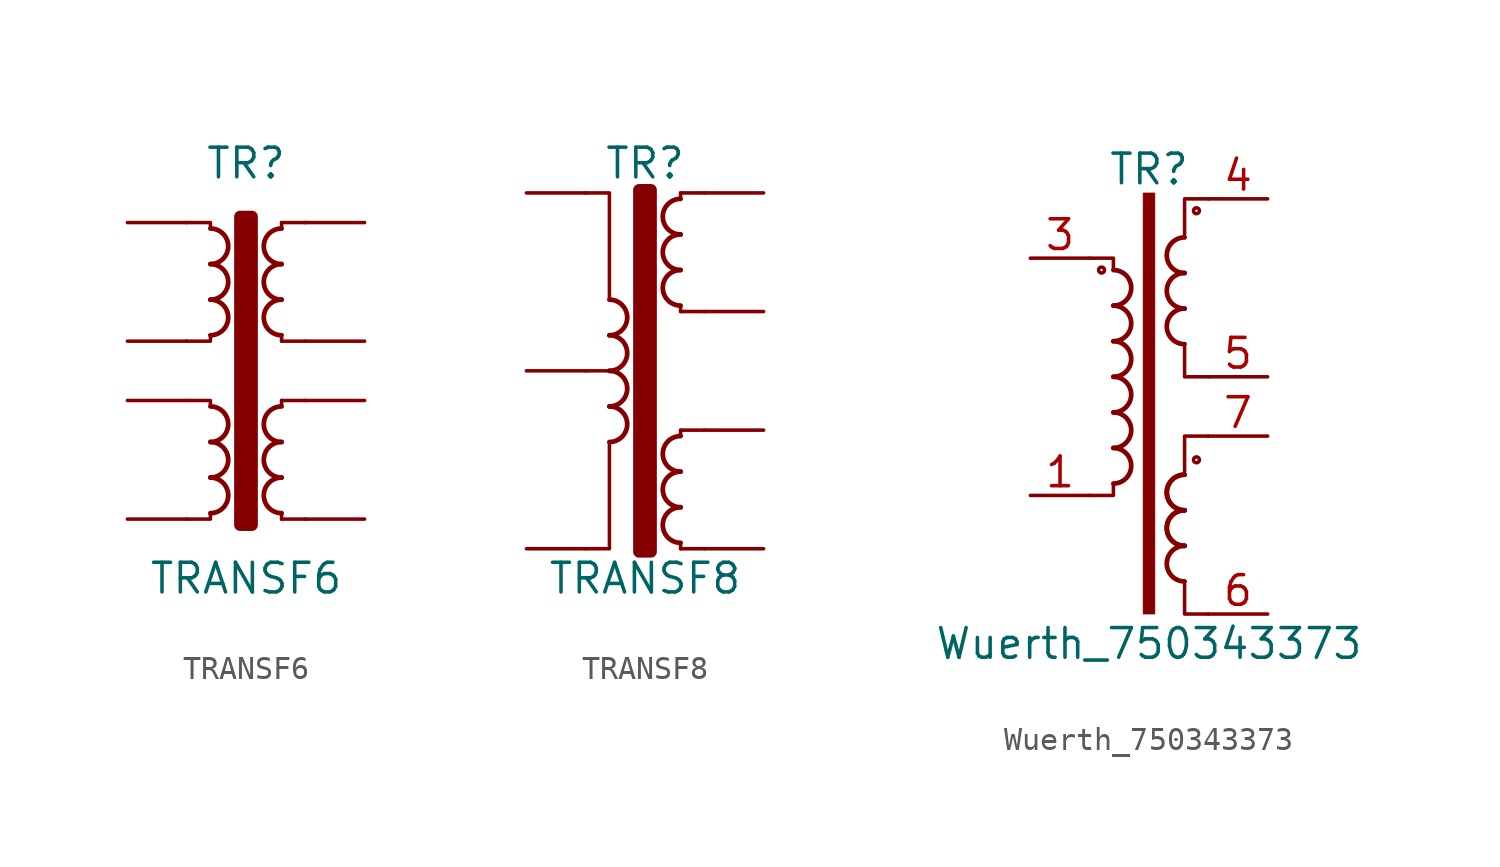
<source format=kicad_sym>
(kicad_symbol_lib
  (version 20200908)
  (generator kicad_symbol_editor)
  (symbol "Transformer:TRANSF6"
    (pin_numbers hide)
    (pin_names
      (offset 0))
    (property "Reference" "TR"
      (at 0 10.16 0)
      (effects (font (size 1.27 1.27))))
    (property "Value" "TRANSF6"
      (at 0 -7.62 0)
      (effects (font (size 1.27 1.27))))
    (symbol "TRANSF6_0_1"
      (arc (start -1.524 -4.826) (end -1.524 -3.302) (radius (at -1.524 -4.064) (length 0.762) (angles -89.9 89.9)) (stroke (width 0.2032)) (fill (type none)))
      (arc (start -1.524 -3.302) (end -1.524 -1.778) (radius (at -1.524 -2.54) (length 0.762) (angles -89.9 89.9)) (stroke (width 0.2032)) (fill (type none)))
      (arc (start -1.524 -1.778) (end -1.524 -0.254) (radius (at -1.524 -1.016) (length 0.762) (angles -89.9 89.9)) (stroke (width 0.2032)) (fill (type none)))
      (arc (start -1.524 2.794) (end -1.524 4.318) (radius (at -1.524 3.556) (length 0.762) (angles -89.9 89.9)) (stroke (width 0.2032)) (fill (type none)))
      (arc (start -1.524 4.318) (end -1.524 5.842) (radius (at -1.524 5.08) (length 0.762) (angles -89.9 89.9)) (stroke (width 0.2032)) (fill (type none)))
      (arc (start -1.524 5.842) (end -1.524 7.366) (radius (at -1.524 6.604) (length 0.762) (angles -89.9 89.9)) (stroke (width 0.2032)) (fill (type none)))
      (arc (start 1.524 -3.302) (end 1.524 -4.826) (radius (at 1.524 -4.064) (length 0.762) (angles 90.1 -90.1)) (stroke (width 0.2032)) (fill (type none)))
      (arc (start 1.524 -1.778) (end 1.524 -3.302) (radius (at 1.524 -2.54) (length 0.762) (angles 90.1 -90.1)) (stroke (width 0.2032)) (fill (type none)))
      (arc (start 1.524 -0.254) (end 1.524 -1.778) (radius (at 1.524 -1.016) (length 0.762) (angles 90.1 -90.1)) (stroke (width 0.2032)) (fill (type none)))
      (arc (start 1.524 4.318) (end 1.524 2.794) (radius (at 1.524 3.556) (length 0.762) (angles 90.1 -90.1)) (stroke (width 0.2032)) (fill (type none)))
      (arc (start 1.524 5.842) (end 1.524 4.318) (radius (at 1.524 5.08) (length 0.762) (angles 90.1 -90.1)) (stroke (width 0.2032)) (fill (type none)))
      (arc (start 1.524 7.366) (end 1.524 5.842) (radius (at 1.524 6.604) (length 0.762) (angles 90.1 -90.1)) (stroke (width 0.2032)) (fill (type none)))
      (rectangle (start -0.254 7.874) (end 0.254 -5.334) (stroke (width 0.508)) (fill (type outline)))
      (polyline (pts (xy 1.524 -4.826) (xy 1.524 -5.08) (xy 1.524 -5.08)) (stroke (width 0)) (fill (type outline)))
      (polyline (pts (xy 1.524 0) (xy 1.524 -0.254) (xy 1.524 -0.254)) (stroke (width 0)) (fill (type outline)))
      (polyline (pts (xy 1.524 0) (xy 2.54 0) (xy 2.54 0)) (stroke (width 0)) (fill (type none)))
      (polyline (pts (xy 1.524 2.54) (xy 1.524 2.794) (xy 1.524 2.794)) (stroke (width 0)) (fill (type outline)))
      (polyline (pts (xy 1.524 2.54) (xy 2.54 2.54) (xy 2.54 2.54)) (stroke (width 0)) (fill (type none)))
      (polyline (pts (xy 1.524 7.62) (xy 1.524 7.366) (xy 1.524 7.366)) (stroke (width 0)) (fill (type outline)))
      (polyline (pts (xy 1.524 7.62) (xy 2.54 7.62) (xy 2.54 7.62)) (stroke (width 0)) (fill (type none)))
      (polyline (pts (xy 2.54 -5.08) (xy 1.524 -5.08) (xy 1.524 -5.08)) (stroke (width 0)) (fill (type none)))
      (polyline (pts (xy -1.524 -4.826) (xy -1.524 -5.08) (xy -2.54 -5.08) (xy -2.54 -5.08)) (stroke (width 0)) (fill (type none)))
      (polyline (pts (xy -1.524 -0.254) (xy -1.524 0) (xy -2.54 0) (xy -2.54 0)) (stroke (width 0)) (fill (type none)))
      (polyline (pts (xy -1.524 2.794) (xy -1.524 2.54) (xy -2.54 2.54) (xy -2.54 2.54)) (stroke (width 0)) (fill (type none)))
      (polyline (pts (xy -1.524 7.366) (xy -1.524 7.62) (xy -2.54 7.62) (xy -2.54 7.62)) (stroke (width 0)) (fill (type none))))
    (symbol "TRANSF6_1_1"
      (pin passive line (at -5.08 7.62 0) (length 2.54) (name "~" (effects (font (size 1.27 1.27)))) (number "1" (effects (font (size 1.27 1.27)))))
      (pin passive line (at -5.08 2.54 0) (length 2.54) (name "~" (effects (font (size 1.27 1.27)))) (number "2" (effects (font (size 1.27 1.27)))))
      (pin passive line (at -5.08 0 0) (length 2.54) (name "~" (effects (font (size 1.27 1.27)))) (number "3" (effects (font (size 1.27 1.27)))))
      (pin passive line (at -5.08 -5.08 0) (length 2.54) (name "~" (effects (font (size 1.27 1.27)))) (number "4" (effects (font (size 1.27 1.27)))))
      (pin passive line (at 5.08 -5.08 180) (length 2.54) (name "~" (effects (font (size 1.27 1.27)))) (number "5" (effects (font (size 1.27 1.27)))))
      (pin passive line (at 5.08 0 180) (length 2.54) (name "~" (effects (font (size 1.27 1.27)))) (number "6" (effects (font (size 1.27 1.27)))))
      (pin passive line (at 5.08 2.54 180) (length 2.54) (name "~" (effects (font (size 1.27 1.27)))) (number "7" (effects (font (size 1.27 1.27)))))
      (pin passive line (at 5.08 7.62 180) (length 2.54) (name "~" (effects (font (size 1.27 1.27)))) (number "8" (effects (font (size 1.27 1.27)))))))
  (symbol "Transformer:TRANSF8"
    (pin_numbers hide)
    (pin_names
      (offset 0))
    (property "Reference" "TR"
      (at 0 8.89 0)
      (effects (font (size 1.27 1.27))))
    (property "Value" "TRANSF8"
      (at 0 -8.89 0)
      (effects (font (size 1.27 1.27))))
    (symbol "TRANSF8_0_1"
      (arc (start -1.524 -3.048) (end -1.524 -1.524) (radius (at -1.524 -2.286) (length 0.762) (angles -89.9 89.9)) (stroke (width 0.2032)) (fill (type none)))
      (arc (start -1.524 -1.524) (end -1.524 0) (radius (at -1.524 -0.762) (length 0.762) (angles -89.9 89.9)) (stroke (width 0.2032)) (fill (type none)))
      (arc (start -1.524 0) (end -1.524 1.524) (radius (at -1.524 0.762) (length 0.762) (angles -89.9 89.9)) (stroke (width 0.2032)) (fill (type none)))
      (arc (start -1.524 1.524) (end -1.524 3.048) (radius (at -1.524 2.286) (length 0.762) (angles -89.9 89.9)) (stroke (width 0.2032)) (fill (type none)))
      (arc (start 1.524 -5.842) (end 1.524 -7.366) (radius (at 1.524 -6.604) (length 0.762) (angles 90.1 -90.1)) (stroke (width 0.2032)) (fill (type none)))
      (arc (start 1.524 -4.318) (end 1.524 -5.842) (radius (at 1.524 -5.08) (length 0.762) (angles 90.1 -90.1)) (stroke (width 0.2032)) (fill (type none)))
      (arc (start 1.524 -2.794) (end 1.524 -4.318) (radius (at 1.524 -3.556) (length 0.762) (angles 90.1 -90.1)) (stroke (width 0.2032)) (fill (type none)))
      (arc (start 1.524 4.318) (end 1.524 2.794) (radius (at 1.524 3.556) (length 0.762) (angles 90.1 -90.1)) (stroke (width 0.2032)) (fill (type none)))
      (arc (start 1.524 5.842) (end 1.524 4.318) (radius (at 1.524 5.08) (length 0.762) (angles 90.1 -90.1)) (stroke (width 0.2032)) (fill (type none)))
      (arc (start 1.524 7.366) (end 1.524 5.842) (radius (at 1.524 6.604) (length 0.762) (angles 90.1 -90.1)) (stroke (width 0.2032)) (fill (type none)))
      (rectangle (start -0.254 7.747) (end 0.254 -7.747) (stroke (width 0.508)) (fill (type outline)))
      (polyline (pts (xy -1.524 0) (xy -2.54 0) (xy -2.54 0)) (stroke (width 0)) (fill (type outline)))
      (polyline (pts (xy 1.524 -7.366) (xy 1.524 -7.62) (xy 1.524 -7.62)) (stroke (width 0)) (fill (type outline)))
      (polyline (pts (xy 1.524 -2.54) (xy 1.524 -2.794) (xy 1.524 -2.794)) (stroke (width 0)) (fill (type outline)))
      (polyline (pts (xy 1.524 -2.54) (xy 2.54 -2.54) (xy 2.54 -2.54)) (stroke (width 0)) (fill (type none)))
      (polyline (pts (xy 1.524 2.54) (xy 1.524 2.794) (xy 1.524 2.794)) (stroke (width 0)) (fill (type outline)))
      (polyline (pts (xy 1.524 2.54) (xy 2.54 2.54) (xy 2.54 2.54)) (stroke (width 0)) (fill (type none)))
      (polyline (pts (xy 1.524 7.62) (xy 1.524 7.366) (xy 1.524 7.366)) (stroke (width 0)) (fill (type outline)))
      (polyline (pts (xy 1.524 7.62) (xy 2.54 7.62) (xy 2.54 7.62)) (stroke (width 0)) (fill (type none)))
      (polyline (pts (xy 2.54 -7.62) (xy 1.524 -7.62) (xy 1.524 -7.62)) (stroke (width 0)) (fill (type none)))
      (polyline (pts (xy -2.54 -7.62) (xy -1.524 -7.62) (xy -1.524 -3.048) (xy -1.524 -3.048)) (stroke (width 0)) (fill (type none)))
      (polyline (pts (xy -2.54 7.62) (xy -1.524 7.62) (xy -1.524 3.048) (xy -1.524 3.048)) (stroke (width 0)) (fill (type none))))
    (symbol "TRANSF8_1_1"
      (pin passive line (at -5.08 7.62 0) (length 2.54) (name "~" (effects (font (size 1.27 1.27)))) (number "1" (effects (font (size 1.27 1.27)))))
      (pin passive line (at -5.08 0 0) (length 2.54) (name "~" (effects (font (size 1.27 1.27)))) (number "2" (effects (font (size 1.27 1.27)))))
      (pin passive line (at -5.08 -7.62 0) (length 2.54) (name "~" (effects (font (size 1.27 1.27)))) (number "3" (effects (font (size 1.27 1.27)))))
      (pin passive line (at 5.08 7.62 180) (length 2.54) (name "~" (effects (font (size 1.27 1.27)))) (number "4" (effects (font (size 1.27 1.27)))))
      (pin passive line (at 5.08 2.54 180) (length 2.54) (name "~" (effects (font (size 1.27 1.27)))) (number "5" (effects (font (size 1.27 1.27)))))
      (pin passive line (at 5.08 -2.54 180) (length 2.54) (name "~" (effects (font (size 1.27 1.27)))) (number "6" (effects (font (size 1.27 1.27)))))
      (pin passive line (at 5.08 -7.62 180) (length 2.54) (name "~" (effects (font (size 1.27 1.27)))) (number "7" (effects (font (size 1.27 1.27)))))))
  (symbol "Transformer:Wuerth_750343373"
    (property "Reference" "TR"
      (at 0 8.89 0)
      (effects (font (size 1.27 1.27))))
    (property "Value" "Wuerth_750343373"
      (at 0 -11.43 0)
      (effects (font (size 1.27 1.27))))
    (symbol "Wuerth_750343373_0_1"
      (arc (start -1.524 -4.572) (end -1.524 -3.048) (radius (at -1.524 -3.81) (length 0.762) (angles -89.9 89.9)) (stroke (width 0.2032)) (fill (type none)))
      (arc (start -1.524 -3.048) (end -1.524 -1.524) (radius (at -1.524 -2.286) (length 0.762) (angles -89.9 89.9)) (stroke (width 0.2032)) (fill (type none)))
      (arc (start -1.524 -1.524) (end -1.524 0) (radius (at -1.524 -0.762) (length 0.762) (angles -89.9 89.9)) (stroke (width 0.2032)) (fill (type none)))
      (arc (start -1.524 0) (end -1.524 1.524) (radius (at -1.524 0.762) (length 0.762) (angles -89.9 89.9)) (stroke (width 0.2032)) (fill (type none)))
      (arc (start -1.524 1.524) (end -1.524 3.048) (radius (at -1.524 2.286) (length 0.762) (angles -89.9 89.9)) (stroke (width 0.2032)) (fill (type none)))
      (arc (start -1.524 3.048) (end -1.524 4.572) (radius (at -1.524 3.81) (length 0.762) (angles -89.9 89.9)) (stroke (width 0.2032)) (fill (type none)))
      (arc (start 1.524 -7.239) (end 1.524 -8.763) (radius (at 1.524 -8.001) (length 0.762) (angles 90.1 -90.1)) (stroke (width 0.2032)) (fill (type none)))
      (arc (start 1.524 -5.715) (end 1.524 -7.239) (radius (at 1.524 -6.477) (length 0.762) (angles 90.1 -90.1)) (stroke (width 0.2032)) (fill (type none)))
      (arc (start 1.524 -5.715) (end 1.524 -7.239) (radius (at 1.524 -6.477) (length 0.762) (angles 90.1 -90.1)) (stroke (width 0.2032)) (fill (type none)))
      (arc (start 1.524 -4.191) (end 1.524 -5.715) (radius (at 1.524 -4.953) (length 0.762) (angles 90.1 -90.1)) (stroke (width 0.2032)) (fill (type none)))
      (arc (start 1.524 -4.191) (end 1.524 -5.715) (radius (at 1.524 -4.953) (length 0.762) (angles 90.1 -90.1)) (stroke (width 0.2032)) (fill (type none)))
      (arc (start 1.524 2.921) (end 1.524 1.397) (radius (at 1.524 2.159) (length 0.762) (angles 90.1 -90.1)) (stroke (width 0.2032)) (fill (type none)))
      (arc (start 1.524 4.445) (end 1.524 2.921) (radius (at 1.524 3.683) (length 0.762) (angles 90.1 -90.1)) (stroke (width 0.2032)) (fill (type none)))
      (arc (start 1.524 5.969) (end 1.524 4.445) (radius (at 1.524 5.207) (length 0.762) (angles 90.1 -90.1)) (stroke (width 0.2032)) (fill (type none)))
      (circle (center -2.032 4.572) (radius 0.127) (stroke (width 0)) (fill (type none)))
      (circle (center 2.032 -3.556) (radius 0.127) (stroke (width 0)) (fill (type none)))
      (circle (center 2.032 7.112) (radius 0.127) (stroke (width 0)) (fill (type none)))
      (rectangle (start -0.254 7.874) (end 0.254 -10.16) (stroke (width 0.025)) (fill (type outline)))
      (polyline (pts (xy -1.524 -4.572) (xy -1.524 -5.08) (xy -2.54 -5.08)) (stroke (width 0)) (fill (type none)))
      (polyline (pts (xy -1.524 4.572) (xy -1.524 5.08) (xy -2.54 5.08)) (stroke (width 0)) (fill (type none)))
      (polyline (pts (xy 1.524 -8.89) (xy 1.524 -10.16) (xy 2.54 -10.16)) (stroke (width 0)) (fill (type none)))
      (polyline (pts (xy 2.54 -2.54) (xy 1.524 -2.54) (xy 1.524 -4.064)) (stroke (width 0)) (fill (type none)))
      (polyline (pts (xy 2.54 0) (xy 1.524 0) (xy 1.524 1.27)) (stroke (width 0)) (fill (type none)))
      (polyline (pts (xy 2.54 7.62) (xy 1.524 7.62) (xy 1.524 6.096)) (stroke (width 0)) (fill (type none))))
    (symbol "Wuerth_750343373_1_1"
      (pin passive line (at -5.08 -5.08 0) (length 2.54) (name "~" (effects (font (size 1.27 1.27)))) (number "1" (effects (font (size 1.27 1.27)))))
      (pin unconnected line (at 0 -7.62 0) (length 2.54) hide (name "~" (effects (font (size 1.27 1.27)))) (number "10" (effects (font (size 1.27 1.27)))))
      (pin unconnected line (at 0 2.54 180) (length 2.54) hide (name "~" (effects (font (size 1.27 1.27)))) (number "2" (effects (font (size 1.27 1.27)))))
      (pin passive line (at -5.08 5.08 0) (length 2.54) (name "~" (effects (font (size 1.27 1.27)))) (number "3" (effects (font (size 1.27 1.27)))))
      (pin passive line (at 5.08 7.62 180) (length 2.54) (name "~" (effects (font (size 1.27 1.27)))) (number "4" (effects (font (size 1.27 1.27)))))
      (pin passive line (at 5.08 0 180) (length 2.54) (name "~" (effects (font (size 1.27 1.27)))) (number "5" (effects (font (size 1.27 1.27)))))
      (pin passive line (at 5.08 -10.16 180) (length 2.54) (name "~" (effects (font (size 1.27 1.27)))) (number "6" (effects (font (size 1.27 1.27)))))
      (pin passive line (at 5.08 -2.54 180) (length 2.54) (name "~" (effects (font (size 1.27 1.27)))) (number "7" (effects (font (size 1.27 1.27)))))
      (pin unconnected line (at 0 0 180) (length 2.54) hide (name "~" (effects (font (size 1.27 1.27)))) (number "8" (effects (font (size 1.27 1.27)))))
      (pin unconnected line (at 0 -2.54 180) (length 2.54) hide (name "~" (effects (font (size 1.27 1.27)))) (number "9" (effects (font (size 1.27 1.27))))))))
</source>
